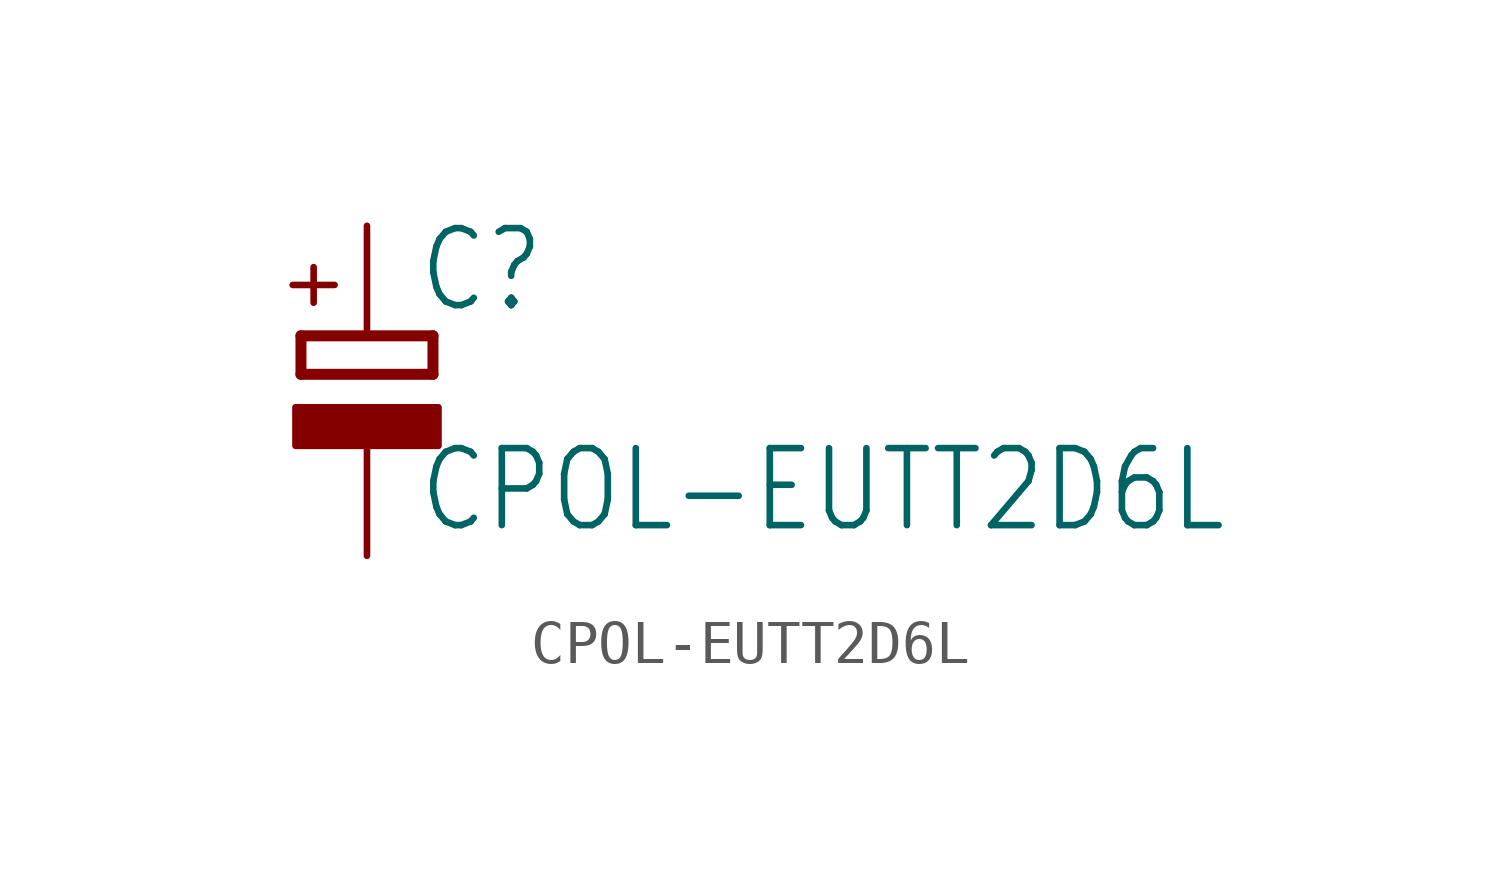
<source format=kicad_sym>
(kicad_symbol_lib
  (version 20210619)
  (generator kicad_symbol_editor)
  (symbol "CPOL-EUTT2D6L"
    (property "Reference" "C"
      (at 1.143 0.483 0)
      (effects (font (size 1.778 1.511)) (justify left bottom)))
    (property "Value" "CPOL-EUTT2D6L"
      (at 1.143 -4.597 0)
      (effects (font (size 1.778 1.511)) (justify left bottom)))
    (property "ki_locked" ""
      (at 0 0 0)
      (effects (font (size 1.27 1.27))))
    (symbol "CPOL-EUTT2D6L_1_0"
      (text "+" (at -0.584 0.406 900) (effects (font (size 1.27 1.079)) (justify left bottom)))
      (rectangle (start -1.651 -2.54) (end 1.651 -1.651) (stroke (width 0)) (fill (type outline)))
      (polyline (pts (xy -1.524 -0.889) (xy 1.524 -0.889)) (stroke (width 0.254)) (fill (type none)))
      (polyline (pts (xy -1.524 0) (xy -1.524 -0.889)) (stroke (width 0.254)) (fill (type none)))
      (polyline (pts (xy -1.524 0) (xy 1.524 0)) (stroke (width 0.254)) (fill (type none)))
      (polyline (pts (xy 1.524 -0.889) (xy 1.524 0)) (stroke (width 0.254)) (fill (type none)))
      (pin passive line (at 0 2.54 270) (length 2.54) (name "+" (effects (font (size 0 0)))) (number "+" (effects (font (size 0 0)))))
      (pin passive line (at 0 -5.08 90) (length 2.54) (name "-" (effects (font (size 0 0)))) (number "-" (effects (font (size 0 0))))))))
</source>
